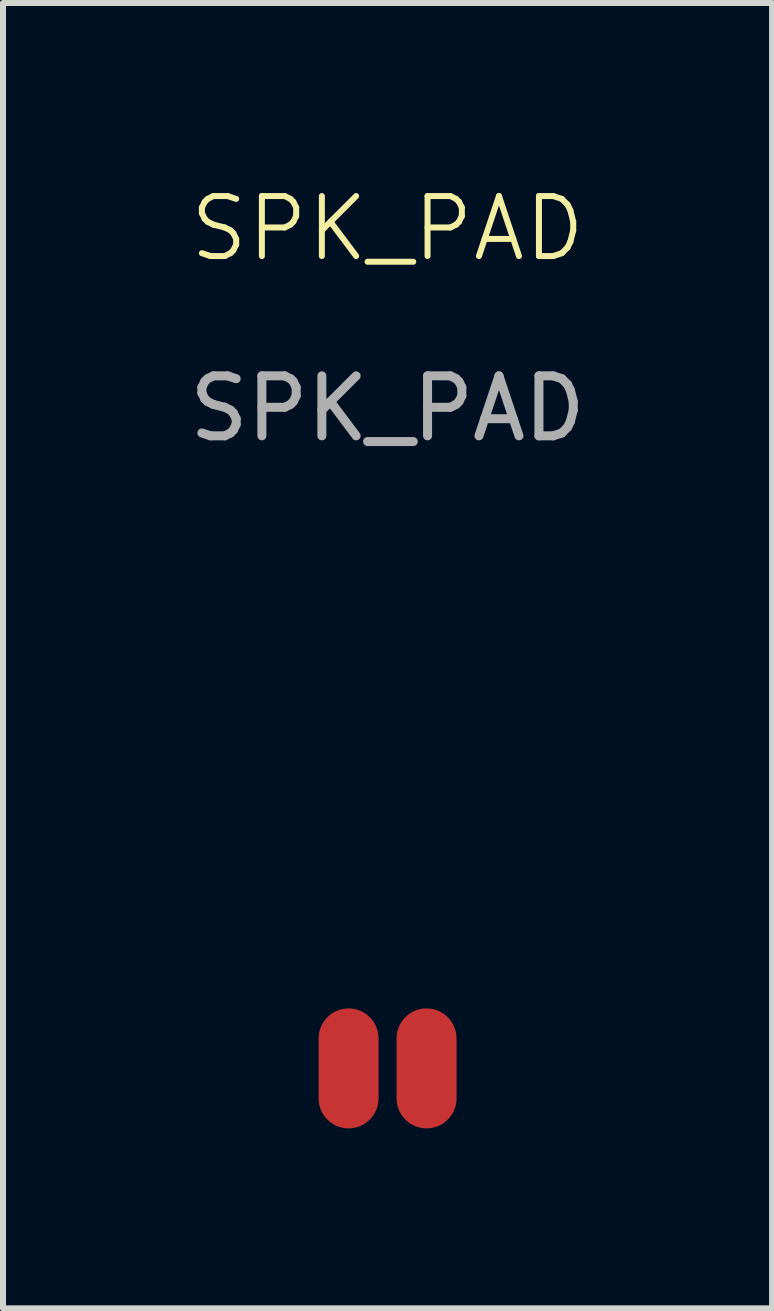
<source format=kicad_pcb>
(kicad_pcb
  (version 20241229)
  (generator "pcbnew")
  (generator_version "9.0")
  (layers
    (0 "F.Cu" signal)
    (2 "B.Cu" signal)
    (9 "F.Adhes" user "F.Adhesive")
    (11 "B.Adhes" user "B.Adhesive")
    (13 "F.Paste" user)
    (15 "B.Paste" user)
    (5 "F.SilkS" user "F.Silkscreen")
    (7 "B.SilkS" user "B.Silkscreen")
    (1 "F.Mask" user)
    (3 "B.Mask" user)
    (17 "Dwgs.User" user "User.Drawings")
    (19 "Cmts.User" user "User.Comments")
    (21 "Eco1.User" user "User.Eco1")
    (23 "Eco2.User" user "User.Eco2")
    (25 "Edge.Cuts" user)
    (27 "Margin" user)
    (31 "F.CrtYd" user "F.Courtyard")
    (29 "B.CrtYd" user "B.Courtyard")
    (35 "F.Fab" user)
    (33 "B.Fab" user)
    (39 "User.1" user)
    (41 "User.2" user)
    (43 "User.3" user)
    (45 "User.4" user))
  (footprint "SPK_PAD"
    (layer "F.Cu")
    (at 3.411 14.761)
    (property "Reference" "SPK_PAD" (at 0 -14 0) (unlocked yes) (layer "F.SilkS") (effects (font (size 1 1) (thickness 0.1))))
    (fp_text user "${REFERENCE}" (at 0 -11 0) (unlocked yes) (layer "F.Fab") (effects (font (size 1 1) (thickness 0.15))))
    (pad "1" smd oval (at -0.65 0 270) (size 2 1) (layers "F.Cu" "F.Mask" "F.Paste"))
    (pad "2" smd oval (at 0.65 0 270) (size 2 1) (layers "F.Cu" "F.Mask" "F.Paste")))
  (gr_rect
    (start -3 -3)
    (end 9.821 18.761)
    (stroke (width 0.1) (type default))
    (fill no)
    (layer "Edge.Cuts")))
</source>
